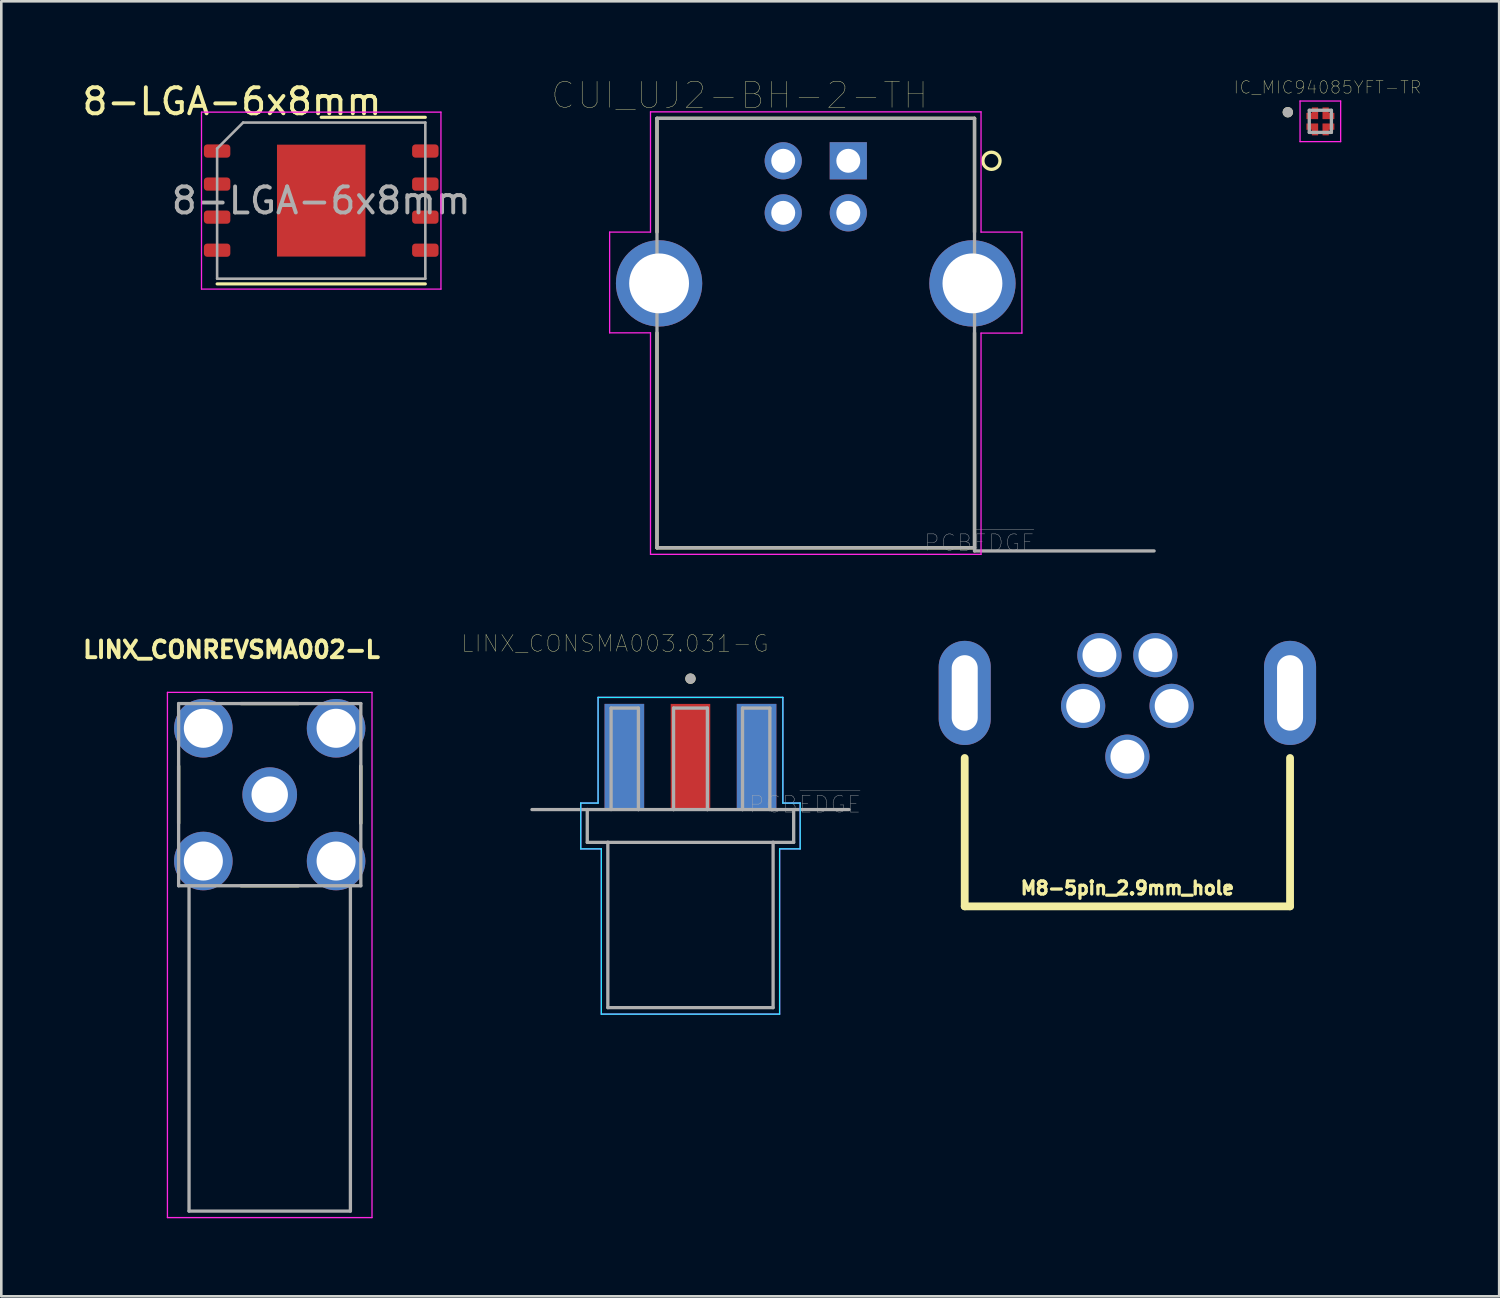
<source format=kicad_pcb>
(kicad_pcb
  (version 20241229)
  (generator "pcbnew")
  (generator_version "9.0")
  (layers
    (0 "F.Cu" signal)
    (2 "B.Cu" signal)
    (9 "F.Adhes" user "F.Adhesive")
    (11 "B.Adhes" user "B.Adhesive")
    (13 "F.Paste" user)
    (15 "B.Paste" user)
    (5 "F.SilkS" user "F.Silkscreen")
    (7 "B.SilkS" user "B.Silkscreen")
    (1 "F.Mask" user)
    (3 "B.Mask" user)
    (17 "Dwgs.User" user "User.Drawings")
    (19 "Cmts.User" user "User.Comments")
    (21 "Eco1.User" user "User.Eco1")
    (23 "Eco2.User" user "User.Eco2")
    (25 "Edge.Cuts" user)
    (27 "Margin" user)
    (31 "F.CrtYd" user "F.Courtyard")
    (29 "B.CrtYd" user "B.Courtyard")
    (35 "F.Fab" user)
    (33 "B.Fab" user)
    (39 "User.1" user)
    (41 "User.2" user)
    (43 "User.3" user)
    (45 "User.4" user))
  (footprint "M8-5pin_2.9mm_hole"
    (layer "F.Cu")
    (at 40.266 24.073)
    (property "Reference" "M8-5pin_2.9mm_hole" (at 0 7 0) (layer "F.SilkS") (effects (font (size 0.5 0.5) (thickness 0.125))))
    (attr through_hole)
    (fp_line (start -6.25 2) (end -6.25 7.7) (stroke (width 0.3) (type solid)) (layer "F.SilkS"))
    (fp_line (start -6.25 7.7) (end 6.25 7.7) (stroke (width 0.3) (type solid)) (layer "F.SilkS"))
    (fp_line (start 6.25 2) (end 6.25 7.7) (stroke (width 0.3) (type solid)) (layer "F.SilkS"))
    (pad "1" thru_hole circle (at -1.7 0) (size 1.7 1.7) (drill 1.3) (layers "*.Cu" "*.Mask"))
    (pad "2" thru_hole circle (at -1.075 -1.95) (size 1.7 1.7) (drill 1.3) (layers "*.Cu" "*.Mask"))
    (pad "3" thru_hole circle (at 1.7 0) (size 1.7 1.7) (drill 1.3) (layers "*.Cu" "*.Mask"))
    (pad "4" thru_hole circle (at 1.075 -1.95) (size 1.7 1.7) (drill 1.3) (layers "*.Cu" "*.Mask"))
    (pad "5" thru_hole circle (at 0 1.95) (size 1.7 1.7) (drill 1.3) (layers "*.Cu" "*.Mask"))
    (pad "SH" thru_hole oval (at -6.25 -0.5) (size 2 4) (drill oval 1 2.9) (layers "*.Cu" "*.Mask"))
    (pad "SH" thru_hole oval (at 6.25 -0.5) (size 2 4) (drill oval 1 2.9) (layers "*.Cu" "*.Mask")))
  (footprint "LINX_CONREVSMA002-L"
    (layer "F.Cu")
    (at 7.313 27.482)
    (property "Reference" "LINX_CONREVSMA002-L" (at -1.468 -5.571 0) (layer "F.SilkS") (effects (font (size 0.64 0.64) (thickness 0.15))))
    (attr through_hole)
    (fp_line (start -3.5 -1.1) (end -3.5 1.1) (stroke (width 0.127) (type solid)) (layer "F.SilkS"))
    (fp_line (start -1.1 -3.5) (end 1.1 -3.5) (stroke (width 0.127) (type solid)) (layer "F.SilkS"))
    (fp_line (start -1.1 3.5) (end 1.1 3.5) (stroke (width 0.127) (type solid)) (layer "F.SilkS"))
    (fp_line (start 3.5 -1.1) (end 3.5 1.1) (stroke (width 0.127) (type solid)) (layer "F.SilkS"))
    (fp_line (start -3.93 -3.93) (end 3.93 -3.93) (stroke (width 0.05) (type solid)) (layer "F.CrtYd"))
    (fp_line (start -3.93 16.25) (end -3.93 -3.93) (stroke (width 0.05) (type solid)) (layer "F.CrtYd"))
    (fp_line (start 3.93 -3.93) (end 3.93 16.25) (stroke (width 0.05) (type solid)) (layer "F.CrtYd"))
    (fp_line (start 3.93 16.25) (end -3.93 16.25) (stroke (width 0.05) (type solid)) (layer "F.CrtYd"))
    (fp_line (start -3.5 -3.5) (end 3.5 -3.5) (stroke (width 0.127) (type solid)) (layer "F.Fab"))
    (fp_line (start -3.5 3.5) (end -3.5 -3.5) (stroke (width 0.127) (type solid)) (layer "F.Fab"))
    (fp_line (start -3.1 3.5) (end -3.5 3.5) (stroke (width 0.127) (type solid)) (layer "F.Fab"))
    (fp_line (start -3.1 3.5) (end -3.1 16) (stroke (width 0.127) (type solid)) (layer "F.Fab"))
    (fp_line (start -3.1 16) (end 3.1 16) (stroke (width 0.127) (type solid)) (layer "F.Fab"))
    (fp_line (start 3.1 3.5) (end -3.1 3.5) (stroke (width 0.127) (type solid)) (layer "F.Fab"))
    (fp_line (start 3.1 16) (end 3.1 3.5) (stroke (width 0.127) (type solid)) (layer "F.Fab"))
    (fp_line (start 3.5 -3.5) (end 3.5 3.5) (stroke (width 0.127) (type solid)) (layer "F.Fab"))
    (fp_line (start 3.5 3.5) (end 3.1 3.5) (stroke (width 0.127) (type solid)) (layer "F.Fab"))
    (pad "1" thru_hole circle (at 0 0) (size 2.1 2.1) (drill 1.4) (layers "*.Cu" "*.Mask"))
    (pad "S1" thru_hole circle (at -2.55 -2.55) (size 2.25 2.25) (drill 1.5) (layers "*.Cu" "*.Mask"))
    (pad "S2" thru_hole circle (at -2.55 2.55) (size 2.25 2.25) (drill 1.5) (layers "*.Cu" "*.Mask"))
    (pad "S3" thru_hole circle (at 2.55 2.55) (size 2.25 2.25) (drill 1.5) (layers "*.Cu" "*.Mask"))
    (pad "S4" thru_hole circle (at 2.55 -2.55) (size 2.25 2.25) (drill 1.5) (layers "*.Cu" "*.Mask")))
  (footprint "CUI_UJ2-BH-2-TH"
    (layer "F.Cu")
    (at 29.543 3.128)
    (property "Reference" "CUI_UJ2-BH-2-TH" (at -4.177 -2.516 0) (layer "F.SilkS") (effects (font (size 1 1) (thickness 0.015))))
    (attr through_hole)
    (fp_line (start -7.35 -1.63) (end 4.85 -1.63) (stroke (width 0.127) (type solid)) (layer "F.SilkS"))
    (fp_line (start -7.35 2.74) (end -7.35 -1.63) (stroke (width 0.127) (type solid)) (layer "F.SilkS"))
    (fp_line (start -7.35 6.61) (end -7.35 14.87) (stroke (width 0.127) (type solid)) (layer "F.SilkS"))
    (fp_line (start -7.35 14.87) (end 4.85 14.87) (stroke (width 0.127) (type solid)) (layer "F.SilkS"))
    (fp_line (start 4.85 -1.63) (end 4.85 2.74) (stroke (width 0.127) (type solid)) (layer "F.SilkS"))
    (fp_line (start 4.85 14.87) (end 4.85 6.61) (stroke (width 0.127) (type solid)) (layer "F.SilkS"))
    (fp_circle (center 5.5 0) (end 5.829 0) (stroke (width 0.127) (type solid)) (fill no) (layer "F.SilkS"))
    (fp_line (start -9.17 2.74) (end -7.6 2.74) (stroke (width 0.05) (type solid)) (layer "F.CrtYd"))
    (fp_line (start -9.17 6.61) (end -9.17 2.74) (stroke (width 0.05) (type solid)) (layer "F.CrtYd"))
    (fp_line (start -7.6 -1.88) (end 5.1 -1.88) (stroke (width 0.05) (type solid)) (layer "F.CrtYd"))
    (fp_line (start -7.6 2.74) (end -7.6 -1.88) (stroke (width 0.05) (type solid)) (layer "F.CrtYd"))
    (fp_line (start -7.6 6.61) (end -9.17 6.61) (stroke (width 0.05) (type solid)) (layer "F.CrtYd"))
    (fp_line (start -7.6 15.12) (end -7.6 6.61) (stroke (width 0.05) (type solid)) (layer "F.CrtYd"))
    (fp_line (start 5.1 -1.88) (end 5.1 2.74) (stroke (width 0.05) (type solid)) (layer "F.CrtYd"))
    (fp_line (start 5.1 2.74) (end 6.67 2.74) (stroke (width 0.05) (type solid)) (layer "F.CrtYd"))
    (fp_line (start 5.1 6.62) (end 5.1 15.12) (stroke (width 0.05) (type solid)) (layer "F.CrtYd"))
    (fp_line (start 5.1 15.12) (end -7.6 15.12) (stroke (width 0.05) (type solid)) (layer "F.CrtYd"))
    (fp_line (start 6.67 2.74) (end 6.67 6.62) (stroke (width 0.05) (type solid)) (layer "F.CrtYd"))
    (fp_line (start 6.67 6.62) (end 5.1 6.62) (stroke (width 0.05) (type solid)) (layer "F.CrtYd"))
    (fp_line (start -7.35 -1.63) (end 4.85 -1.63) (stroke (width 0.127) (type solid)) (layer "F.Fab"))
    (fp_line (start -7.35 14.87) (end -7.35 -1.63) (stroke (width 0.127) (type solid)) (layer "F.Fab"))
    (fp_line (start 4.85 -1.63) (end 4.85 14.87) (stroke (width 0.127) (type solid)) (layer "F.Fab"))
    (fp_line (start 4.85 14.87) (end -7.35 14.87) (stroke (width 0.127) (type solid)) (layer "F.Fab"))
    (fp_line (start 4.85 14.87) (end 4.85 14.99) (stroke (width 0.127) (type solid)) (layer "F.Fab"))
    (fp_line (start 4.85 14.99) (end 11.75 14.99) (stroke (width 0.127) (type solid)) (layer "F.Fab"))
    (fp_circle (center 0 0) (end 0.2 0) (stroke (width 0.4) (type solid)) (fill no) (layer "F.Fab"))
    (fp_text user "PCB~{EDGE}" (at 5.045 14.675 0) (layer "F.Fab") (effects (font (size 0.631 0.631) (thickness 0.015))))
    (pad "1" thru_hole rect (at 0 0) (size 1.428 1.428) (drill 0.92) (layers "*.Cu" "*.Mask"))
    (pad "2" thru_hole circle (at -2.5 0) (size 1.428 1.428) (drill 0.92) (layers "*.Cu" "*.Mask"))
    (pad "3" thru_hole circle (at -2.5 2) (size 1.428 1.428) (drill 0.92) (layers "*.Cu" "*.Mask"))
    (pad "4" thru_hole circle (at 0 2) (size 1.428 1.428) (drill 0.92) (layers "*.Cu" "*.Mask"))
    (pad "SH1" thru_hole circle (at -7.27 4.71) (size 3.316 3.316) (drill 2.3) (layers "*.Cu" "*.Mask"))
    (pad "SH2" thru_hole circle (at 4.77 4.71) (size 3.316 3.316) (drill 2.3) (layers "*.Cu" "*.Mask")))
  (footprint "8-LGA-6x8mm"
    (layer "F.Cu")
    (at 9.292 4.658)
    (property "Reference" "8-LGA-6x8mm" (at -3.429 -3.81 0) (layer "F.SilkS") (effects (font (size 1 1) (thickness 0.15))))
    (attr smd)
    (fp_line (start -4 3.2) (end 4 3.2) (stroke (width 0.12) (type solid)) (layer "F.SilkS"))
    (fp_line (start 0 -3.2) (end 4 -3.2) (stroke (width 0.12) (type solid)) (layer "F.SilkS"))
    (fp_line (start -4.6 -3.4) (end -4.6 3.4) (stroke (width 0.05) (type solid)) (layer "F.CrtYd"))
    (fp_line (start -4.6 3.4) (end 4.6 3.4) (stroke (width 0.05) (type solid)) (layer "F.CrtYd"))
    (fp_line (start 4.6 -3.4) (end -4.6 -3.4) (stroke (width 0.05) (type solid)) (layer "F.CrtYd"))
    (fp_line (start 4.6 3.4) (end 4.6 -3.4) (stroke (width 0.05) (type solid)) (layer "F.CrtYd"))
    (fp_line (start -4 -2) (end -3 -3) (stroke (width 0.1) (type solid)) (layer "F.Fab"))
    (fp_line (start -4 3) (end -4 -2) (stroke (width 0.1) (type solid)) (layer "F.Fab"))
    (fp_line (start -3 -3) (end 4 -3) (stroke (width 0.1) (type solid)) (layer "F.Fab"))
    (fp_line (start 4 -3) (end 4 3) (stroke (width 0.1) (type solid)) (layer "F.Fab"))
    (fp_line (start 4 3) (end -4 3) (stroke (width 0.1) (type solid)) (layer "F.Fab"))
    (fp_text user "${REFERENCE}" (at 0 0 0) (layer "F.Fab") (effects (font (size 1 1) (thickness 0.15))))
    (pad "" smd roundrect (at -0.85 -1) (size 1.37 1.61) (layers "F.Paste") (roundrect_rratio 0.182))
    (pad "" smd roundrect (at -0.85 1) (size 1.37 1.61) (layers "F.Paste") (roundrect_rratio 0.182))
    (pad "" smd roundrect (at 0.85 -1) (size 1.37 1.61) (layers "F.Paste") (roundrect_rratio 0.182))
    (pad "" smd roundrect (at 0.85 1) (size 1.37 1.61) (layers "F.Paste") (roundrect_rratio 0.182))
    (pad "1" smd roundrect (at -4 -1.905) (size 1.016 0.508) (layers "F.Cu" "F.Mask" "F.Paste") (roundrect_rratio 0.25))
    (pad "2" smd roundrect (at -4 -0.635) (size 1.016 0.508) (layers "F.Cu" "F.Mask" "F.Paste") (roundrect_rratio 0.25))
    (pad "3" smd roundrect (at -4 0.635) (size 1.016 0.508) (layers "F.Cu" "F.Mask" "F.Paste") (roundrect_rratio 0.25))
    (pad "4" smd roundrect (at -4 1.905) (size 1.016 0.508) (layers "F.Cu" "F.Mask" "F.Paste") (roundrect_rratio 0.25))
    (pad "5" smd roundrect (at 4 1.905) (size 1.016 0.508) (layers "F.Cu" "F.Mask" "F.Paste") (roundrect_rratio 0.25))
    (pad "6" smd roundrect (at 4 0.635) (size 1.016 0.508) (layers "F.Cu" "F.Mask" "F.Paste") (roundrect_rratio 0.25))
    (pad "7" smd roundrect (at 4 -0.635) (size 1.016 0.508) (layers "F.Cu" "F.Mask" "F.Paste") (roundrect_rratio 0.25))
    (pad "8" smd roundrect (at 4 -1.905) (size 1.016 0.508) (layers "F.Cu" "F.Mask" "F.Paste") (roundrect_rratio 0.25))
    (pad "9" smd rect (at 0 0) (size 3.4 4.3) (layers "F.Cu" "F.Mask")))
  (footprint "IC_MIC94085YFT-TR"
    (layer "F.Cu")
    (at 47.68 1.612)
    (property "Reference" "IC_MIC94085YFT-TR" (at 0.274 -1.305 0) (layer "F.SilkS") (effects (font (size 0.48 0.48) (thickness 0.015))))
    (attr through_hole)
    (fp_poly (pts (xy -0.09 -0.09) (xy -0.53 -0.09) (xy -0.53 -0.32) (xy -0.32 -0.32) (xy -0.32 -0.53) (xy -0.09 -0.53)) (stroke (width 0.01) (type solid)) (fill yes) (layer "F.Cu"))
    (fp_poly (pts (xy -0.09 0.09) (xy -0.53 0.09) (xy -0.53 0.32) (xy -0.32 0.32) (xy -0.32 0.53) (xy -0.09 0.53)) (stroke (width 0.01) (type solid)) (fill yes) (layer "F.Cu"))
    (fp_poly (pts (xy 0.09 -0.09) (xy 0.53 -0.09) (xy 0.53 -0.32) (xy 0.32 -0.32) (xy 0.32 -0.53) (xy 0.09 -0.53)) (stroke (width 0.01) (type solid)) (fill yes) (layer "F.Cu"))
    (fp_poly (pts (xy 0.09 0.09) (xy 0.53 0.09) (xy 0.53 0.32) (xy 0.32 0.32) (xy 0.32 0.53) (xy 0.09 0.53)) (stroke (width 0.01) (type solid)) (fill yes) (layer "F.Cu"))
    (fp_poly (pts (xy -0.04 -0.04) (xy -0.58 -0.04) (xy -0.58 -0.37) (xy -0.37 -0.37) (xy -0.37 -0.58) (xy -0.04 -0.58)) (stroke (width 0.01) (type solid)) (fill yes) (layer "F.Mask"))
    (fp_poly (pts (xy -0.04 0.04) (xy -0.58 0.04) (xy -0.58 0.37) (xy -0.37 0.37) (xy -0.37 0.58) (xy -0.04 0.58)) (stroke (width 0.01) (type solid)) (fill yes) (layer "F.Mask"))
    (fp_poly (pts (xy 0.04 -0.04) (xy 0.58 -0.04) (xy 0.58 -0.37) (xy 0.37 -0.37) (xy 0.37 -0.58) (xy 0.04 -0.58)) (stroke (width 0.01) (type solid)) (fill yes) (layer "F.Mask"))
    (fp_poly (pts (xy 0.04 0.04) (xy 0.58 0.04) (xy 0.58 0.37) (xy 0.37 0.37) (xy 0.37 0.58) (xy 0.04 0.58)) (stroke (width 0.01) (type solid)) (fill yes) (layer "F.Mask"))
    (fp_circle (center -1.25 -0.35) (end -1.15 -0.35) (stroke (width 0.2) (type solid)) (fill no) (layer "F.SilkS"))
    (fp_poly (pts (xy -0.09 -0.09) (xy -0.49 -0.09) (xy -0.49 -0.32) (xy -0.32 -0.32) (xy -0.32 -0.53) (xy -0.09 -0.53)) (stroke (width 0.01) (type solid)) (fill yes) (layer "F.Paste"))
    (fp_poly (pts (xy -0.09 0.09) (xy -0.49 0.09) (xy -0.49 0.32) (xy -0.32 0.32) (xy -0.32 0.53) (xy -0.09 0.53)) (stroke (width 0.01) (type solid)) (fill yes) (layer "F.Paste"))
    (fp_poly (pts (xy 0.09 -0.09) (xy 0.49 -0.09) (xy 0.49 -0.32) (xy 0.32 -0.32) (xy 0.32 -0.53) (xy 0.09 -0.53)) (stroke (width 0.01) (type solid)) (fill yes) (layer "F.Paste"))
    (fp_poly (pts (xy 0.09 0.09) (xy 0.49 0.09) (xy 0.49 0.32) (xy 0.32 0.32) (xy 0.32 0.53) (xy 0.09 0.53)) (stroke (width 0.01) (type solid)) (fill yes) (layer "F.Paste"))
    (fp_line (start -0.78 -0.78) (end 0.78 -0.78) (stroke (width 0.05) (type solid)) (layer "F.CrtYd"))
    (fp_line (start -0.78 0.78) (end -0.78 -0.78) (stroke (width 0.05) (type solid)) (layer "F.CrtYd"))
    (fp_line (start 0.78 -0.78) (end 0.78 0.78) (stroke (width 0.05) (type solid)) (layer "F.CrtYd"))
    (fp_line (start 0.78 0.78) (end -0.78 0.78) (stroke (width 0.05) (type solid)) (layer "F.CrtYd"))
    (fp_line (start -0.425 -0.425) (end 0.425 -0.425) (stroke (width 0.127) (type solid)) (layer "F.Fab"))
    (fp_line (start -0.425 0.425) (end -0.425 -0.425) (stroke (width 0.127) (type solid)) (layer "F.Fab"))
    (fp_line (start 0.425 -0.425) (end 0.425 0.425) (stroke (width 0.127) (type solid)) (layer "F.Fab"))
    (fp_line (start 0.425 0.425) (end -0.425 0.425) (stroke (width 0.127) (type solid)) (layer "F.Fab"))
    (fp_circle (center -1.25 -0.35) (end -1.15 -0.35) (stroke (width 0.2) (type solid)) (fill no) (layer "F.Fab"))
    (pad "1" smd rect (at -0.2 -0.2) (size 0.2 0.2) (layers "F.Cu"))
    (pad "2" smd rect (at -0.2 0.2) (size 0.2 0.2) (layers "F.Cu"))
    (pad "3" smd rect (at 0.2 0.2) (size 0.2 0.2) (layers "F.Cu"))
    (pad "4" smd rect (at 0.2 -0.2) (size 0.2 0.2) (layers "F.Cu")))
  (footprint "LINX_CONSMA003.031-G"
    (layer "F.Cu")
    (at 23.479 28.055)
    (property "Reference" "LINX_CONSMA003.031-G" (at -2.903 -6.381 0) (layer "F.SilkS") (effects (font (size 0.64 0.64) (thickness 0.015))))
    (attr through_hole)
    (fp_circle (center 0 -5.03) (end 0.1 -5.03) (stroke (width 0.2) (type solid)) (fill no) (layer "F.SilkS"))
    (fp_line (start -4.215 -0.25) (end -4.215 1.51) (stroke (width 0.05) (type solid)) (layer "B.CrtYd"))
    (fp_line (start -4.215 1.51) (end -3.425 1.51) (stroke (width 0.05) (type solid)) (layer "B.CrtYd"))
    (fp_line (start -3.55 -4.31) (end -3.55 -0.25) (stroke (width 0.05) (type solid)) (layer "B.CrtYd"))
    (fp_line (start -3.55 -0.25) (end -4.215 -0.25) (stroke (width 0.05) (type solid)) (layer "B.CrtYd"))
    (fp_line (start -3.425 1.51) (end -3.425 7.86) (stroke (width 0.05) (type solid)) (layer "B.CrtYd"))
    (fp_line (start -3.425 7.86) (end 3.425 7.86) (stroke (width 0.05) (type solid)) (layer "B.CrtYd"))
    (fp_line (start 3.425 1.51) (end 3.425 7.86) (stroke (width 0.05) (type solid)) (layer "B.CrtYd"))
    (fp_line (start 3.55 -4.31) (end -3.55 -4.31) (stroke (width 0.05) (type solid)) (layer "B.CrtYd"))
    (fp_line (start 3.55 -0.25) (end 3.55 -4.31) (stroke (width 0.05) (type solid)) (layer "B.CrtYd"))
    (fp_line (start 4.215 -0.25) (end 3.55 -0.25) (stroke (width 0.05) (type solid)) (layer "B.CrtYd"))
    (fp_line (start 4.215 1.51) (end 3.425 1.51) (stroke (width 0.05) (type solid)) (layer "B.CrtYd"))
    (fp_line (start 4.215 1.51) (end 4.215 -0.25) (stroke (width 0.05) (type solid)) (layer "B.CrtYd"))
    (fp_line (start -4.215 -0.25) (end -4.215 1.51) (stroke (width 0.05) (type solid)) (layer "F.CrtYd"))
    (fp_line (start -4.215 1.51) (end -3.425 1.51) (stroke (width 0.05) (type solid)) (layer "F.CrtYd"))
    (fp_line (start -3.55 -4.31) (end -3.55 -0.25) (stroke (width 0.05) (type solid)) (layer "F.CrtYd"))
    (fp_line (start -3.55 -0.25) (end -4.215 -0.25) (stroke (width 0.05) (type solid)) (layer "F.CrtYd"))
    (fp_line (start -3.425 1.51) (end -3.425 7.86) (stroke (width 0.05) (type solid)) (layer "F.CrtYd"))
    (fp_line (start -3.425 7.86) (end 3.425 7.86) (stroke (width 0.05) (type solid)) (layer "F.CrtYd"))
    (fp_line (start 3.425 1.51) (end 3.425 7.86) (stroke (width 0.05) (type solid)) (layer "F.CrtYd"))
    (fp_line (start 3.55 -4.31) (end -3.55 -4.31) (stroke (width 0.05) (type solid)) (layer "F.CrtYd"))
    (fp_line (start 3.55 -0.25) (end 3.55 -4.31) (stroke (width 0.05) (type solid)) (layer "F.CrtYd"))
    (fp_line (start 4.215 -0.25) (end 3.55 -0.25) (stroke (width 0.05) (type solid)) (layer "F.CrtYd"))
    (fp_line (start 4.215 1.51) (end 3.425 1.51) (stroke (width 0.05) (type solid)) (layer "F.CrtYd"))
    (fp_line (start 4.215 1.51) (end 4.215 -0.25) (stroke (width 0.05) (type solid)) (layer "F.CrtYd"))
    (fp_line (start -6.09 0) (end -3.965 0) (stroke (width 0.127) (type solid)) (layer "F.Fab"))
    (fp_line (start -3.965 0) (end -3.965 1.26) (stroke (width 0.127) (type solid)) (layer "F.Fab"))
    (fp_line (start -3.965 0) (end -2 0) (stroke (width 0.127) (type solid)) (layer "F.Fab"))
    (fp_line (start -3.965 1.26) (end -3.175 1.26) (stroke (width 0.127) (type solid)) (layer "F.Fab"))
    (fp_line (start -3.175 1.26) (end -3.175 7.61) (stroke (width 0.127) (type solid)) (layer "F.Fab"))
    (fp_line (start -3.175 1.26) (end 3.175 1.26) (stroke (width 0.127) (type solid)) (layer "F.Fab"))
    (fp_line (start -3.175 7.61) (end 3.175 7.61) (stroke (width 0.127) (type solid)) (layer "F.Fab"))
    (fp_line (start -3.05 -3.9) (end -2 -3.9) (stroke (width 0.127) (type solid)) (layer "F.Fab"))
    (fp_line (start -3.05 0) (end -3.05 -3.9) (stroke (width 0.127) (type solid)) (layer "F.Fab"))
    (fp_line (start -2 -3.9) (end -2 0) (stroke (width 0.127) (type solid)) (layer "F.Fab"))
    (fp_line (start -2 0) (end -0.65 0) (stroke (width 0.127) (type solid)) (layer "F.Fab"))
    (fp_line (start -0.65 -3.9) (end 0.65 -3.9) (stroke (width 0.127) (type solid)) (layer "F.Fab"))
    (fp_line (start -0.65 0) (end -0.65 -3.9) (stroke (width 0.127) (type solid)) (layer "F.Fab"))
    (fp_line (start -0.65 0) (end 0.65 0) (stroke (width 0.127) (type solid)) (layer "F.Fab"))
    (fp_line (start 0.65 -3.9) (end 0.65 0) (stroke (width 0.127) (type solid)) (layer "F.Fab"))
    (fp_line (start 0.65 0) (end 2 0) (stroke (width 0.127) (type solid)) (layer "F.Fab"))
    (fp_line (start 2 -3.9) (end 3.05 -3.9) (stroke (width 0.127) (type solid)) (layer "F.Fab"))
    (fp_line (start 2 0) (end 2 -3.9) (stroke (width 0.127) (type solid)) (layer "F.Fab"))
    (fp_line (start 2 0) (end 3.965 0) (stroke (width 0.127) (type solid)) (layer "F.Fab"))
    (fp_line (start 3.05 -3.9) (end 3.05 0) (stroke (width 0.127) (type solid)) (layer "F.Fab"))
    (fp_line (start 3.175 1.26) (end 3.965 1.26) (stroke (width 0.127) (type solid)) (layer "F.Fab"))
    (fp_line (start 3.175 7.61) (end 3.175 1.26) (stroke (width 0.127) (type solid)) (layer "F.Fab"))
    (fp_line (start 3.965 0) (end 6.09 0) (stroke (width 0.127) (type solid)) (layer "F.Fab"))
    (fp_line (start 3.965 1.26) (end 3.965 0) (stroke (width 0.127) (type solid)) (layer "F.Fab"))
    (fp_circle (center 0 -5.03) (end 0.1 -5.03) (stroke (width 0.2) (type solid)) (fill no) (layer "F.Fab"))
    (fp_text user "PCB~{EDGE}" (at 4.4 -0.2 0) (layer "F.Fab") (effects (font (size 0.64 0.64) (thickness 0.015))))
    (pad "1" smd rect (at 0 -2.03) (size 1.52 4.06) (layers "F.Cu" "F.Mask" "F.Paste"))
    (pad "S1" smd rect (at -2.54 -2.03) (size 1.52 4.06) (layers "F.Cu" "F.Mask" "F.Paste"))
    (pad "S2" smd rect (at 2.54 -2.03) (size 1.52 4.06) (layers "F.Cu" "F.Mask" "F.Paste"))
    (pad "S3" smd rect (at -2.54 -2.03) (size 1.52 4.06) (layers "B.Cu" "B.Mask" "B.Paste"))
    (pad "S4" smd rect (at 2.54 -2.03) (size 1.52 4.06) (layers "B.Cu" "B.Mask" "B.Paste")))
  (gr_rect
    (start -3 -3)
    (end 54.551 46.757)
    (stroke (width 0.1) (type default))
    (fill no)
    (layer "Edge.Cuts")))
</source>
